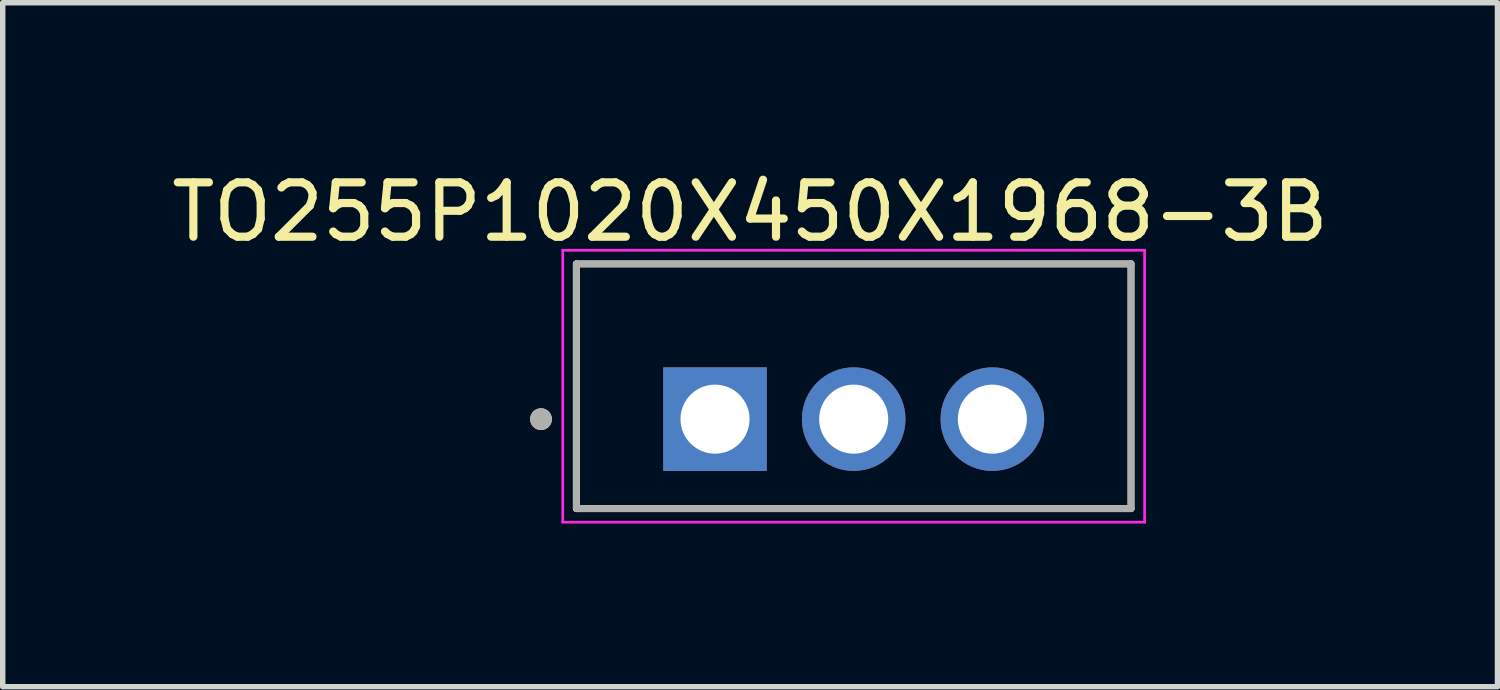
<source format=kicad_pcb>
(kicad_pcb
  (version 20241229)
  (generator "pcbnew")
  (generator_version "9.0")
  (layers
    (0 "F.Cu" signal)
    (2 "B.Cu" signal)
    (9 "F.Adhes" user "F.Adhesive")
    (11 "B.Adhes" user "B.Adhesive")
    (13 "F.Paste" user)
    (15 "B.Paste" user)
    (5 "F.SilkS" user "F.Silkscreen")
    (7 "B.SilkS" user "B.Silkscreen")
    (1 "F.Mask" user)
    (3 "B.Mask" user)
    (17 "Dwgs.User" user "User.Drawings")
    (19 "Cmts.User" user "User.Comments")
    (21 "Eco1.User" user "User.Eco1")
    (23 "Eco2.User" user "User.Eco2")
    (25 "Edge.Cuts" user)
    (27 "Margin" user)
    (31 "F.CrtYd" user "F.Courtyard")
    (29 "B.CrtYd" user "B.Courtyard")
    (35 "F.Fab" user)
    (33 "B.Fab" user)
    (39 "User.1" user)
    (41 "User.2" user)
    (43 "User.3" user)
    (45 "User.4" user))
  (footprint "TO255P1020X450X1968-3B"
    (layer "F.Cu")
    (at 12.649 4.658)
    (property "Reference" "TO255P1020X450X1968-3B" (at -1.905 -3.81 0) (layer "F.SilkS") (effects (font (size 1 1) (thickness 0.15))))
    (attr through_hole)
    (fp_line (start -5.1 -2.855) (end 5.1 -2.855) (stroke (width 0.127) (type solid)) (layer "F.SilkS"))
    (fp_line (start -5.1 1.645) (end -5.1 -2.855) (stroke (width 0.127) (type solid)) (layer "F.SilkS"))
    (fp_line (start 5.1 -2.855) (end 5.1 1.645) (stroke (width 0.127) (type solid)) (layer "F.SilkS"))
    (fp_line (start 5.1 1.645) (end -5.1 1.645) (stroke (width 0.127) (type solid)) (layer "F.SilkS"))
    (fp_circle (center -5.75 0) (end -5.65 0) (stroke (width 0.2) (type solid)) (fill no) (layer "F.SilkS"))
    (fp_line (start -5.35 -3.105) (end -5.35 1.895) (stroke (width 0.05) (type solid)) (layer "F.CrtYd"))
    (fp_line (start -5.35 1.895) (end 5.35 1.895) (stroke (width 0.05) (type solid)) (layer "F.CrtYd"))
    (fp_line (start 5.35 -3.105) (end -5.35 -3.105) (stroke (width 0.05) (type solid)) (layer "F.CrtYd"))
    (fp_line (start 5.35 1.895) (end 5.35 -3.105) (stroke (width 0.05) (type solid)) (layer "F.CrtYd"))
    (fp_line (start -5.1 -2.855) (end 5.1 -2.855) (stroke (width 0.127) (type solid)) (layer "F.Fab"))
    (fp_line (start -5.1 1.645) (end -5.1 -2.855) (stroke (width 0.127) (type solid)) (layer "F.Fab"))
    (fp_line (start 5.1 -2.855) (end 5.1 1.645) (stroke (width 0.127) (type solid)) (layer "F.Fab"))
    (fp_line (start 5.1 1.645) (end -5.1 1.645) (stroke (width 0.127) (type solid)) (layer "F.Fab"))
    (fp_circle (center -5.75 0) (end -5.65 0) (stroke (width 0.2) (type solid)) (fill no) (layer "F.Fab"))
    (pad "1" thru_hole rect (at -2.55 0) (size 1.905 1.905) (drill 1.27) (layers "*.Cu" "*.Mask"))
    (pad "2" thru_hole circle (at 0 0) (size 1.905 1.905) (drill 1.27) (layers "*.Cu" "*.Mask"))
    (pad "3" thru_hole circle (at 2.55 0) (size 1.905 1.905) (drill 1.27) (layers "*.Cu" "*.Mask")))
  (gr_rect
    (start -3 -3)
    (end 24.488 9.578)
    (stroke (width 0.1) (type default))
    (fill no)
    (layer "Edge.Cuts")))
</source>
